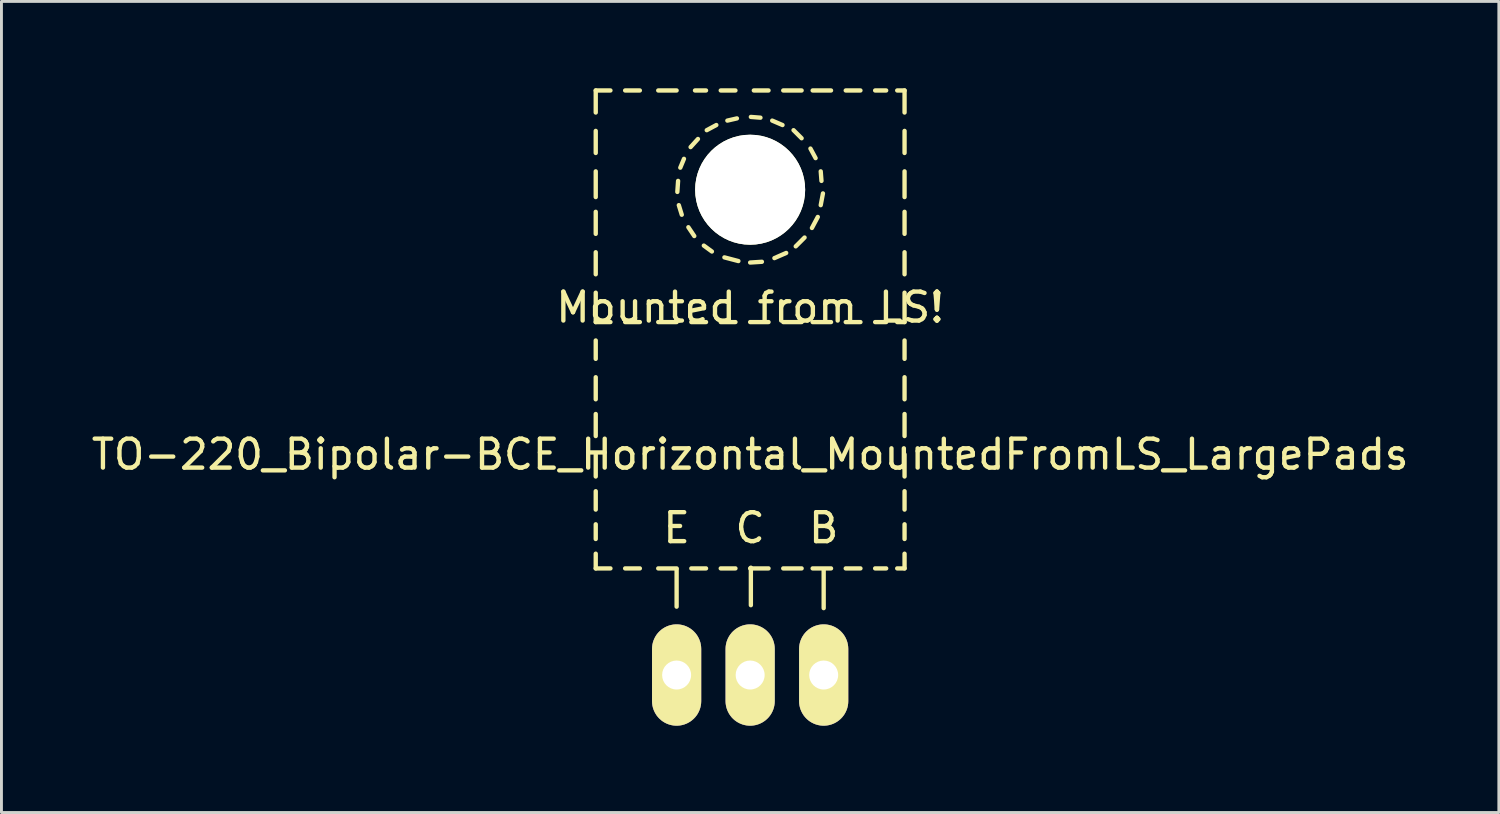
<source format=kicad_pcb>
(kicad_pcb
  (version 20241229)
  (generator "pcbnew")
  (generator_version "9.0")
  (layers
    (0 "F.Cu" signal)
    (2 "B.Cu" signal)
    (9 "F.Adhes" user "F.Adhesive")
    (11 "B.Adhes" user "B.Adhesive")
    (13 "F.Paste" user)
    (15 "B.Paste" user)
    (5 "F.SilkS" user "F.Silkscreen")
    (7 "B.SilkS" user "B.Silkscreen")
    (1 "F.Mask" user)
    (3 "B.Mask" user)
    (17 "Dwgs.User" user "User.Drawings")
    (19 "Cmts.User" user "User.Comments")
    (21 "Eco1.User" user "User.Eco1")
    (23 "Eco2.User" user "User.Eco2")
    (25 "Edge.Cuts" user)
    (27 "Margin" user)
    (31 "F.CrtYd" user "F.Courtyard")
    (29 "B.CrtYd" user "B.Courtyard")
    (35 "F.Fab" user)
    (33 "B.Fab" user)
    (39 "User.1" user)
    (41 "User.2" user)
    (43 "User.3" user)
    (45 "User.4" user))
  (footprint "TO-220_Bipolar-BCE_Horizontal_MountedFromLS_LargePads"
    (layer "F.Cu")
    (at 22.863 20.268)
    (property "Reference" "TO-220_Bipolar-BCE_Horizontal_MountedFromLS_LargePads" (at 0 -7.62 0) (layer "F.SilkS") (effects (font (size 1 1) (thickness 0.15))))
    (attr through_hole)
    (fp_line (start -5.334 -20.193) (end -5.334 -19.431) (stroke (width 0.15) (type solid)) (layer "F.SilkS"))
    (fp_line (start -5.334 -20.193) (end -4.826 -20.193) (stroke (width 0.15) (type solid)) (layer "F.SilkS"))
    (fp_line (start -5.334 -18.796) (end -5.334 -18.034) (stroke (width 0.15) (type solid)) (layer "F.SilkS"))
    (fp_line (start -5.334 -17.399) (end -5.334 -16.51) (stroke (width 0.15) (type solid)) (layer "F.SilkS"))
    (fp_line (start -5.334 -16.002) (end -5.334 -15.24) (stroke (width 0.15) (type solid)) (layer "F.SilkS"))
    (fp_line (start -5.334 -14.605) (end -5.334 -13.843) (stroke (width 0.15) (type solid)) (layer "F.SilkS"))
    (fp_line (start -5.334 -13.208) (end -5.334 -12.192) (stroke (width 0.15) (type solid)) (layer "F.SilkS"))
    (fp_line (start -5.334 -12.192) (end -4.826 -12.192) (stroke (width 0.15) (type solid)) (layer "F.SilkS"))
    (fp_line (start -5.334 -11.557) (end -5.334 -10.922) (stroke (width 0.15) (type solid)) (layer "F.SilkS"))
    (fp_line (start -5.334 -10.287) (end -5.334 -9.525) (stroke (width 0.15) (type solid)) (layer "F.SilkS"))
    (fp_line (start -5.334 -9.017) (end -5.334 -8.255) (stroke (width 0.15) (type solid)) (layer "F.SilkS"))
    (fp_line (start -5.334 -7.62) (end -5.334 -6.858) (stroke (width 0.15) (type solid)) (layer "F.SilkS"))
    (fp_line (start -5.334 -6.35) (end -5.334 -5.715) (stroke (width 0.15) (type solid)) (layer "F.SilkS"))
    (fp_line (start -5.334 -5.207) (end -5.334 -4.699) (stroke (width 0.15) (type solid)) (layer "F.SilkS"))
    (fp_line (start -5.334 -4.191) (end -5.334 -3.683) (stroke (width 0.15) (type solid)) (layer "F.SilkS"))
    (fp_line (start -5.334 -3.683) (end -4.826 -3.683) (stroke (width 0.15) (type solid)) (layer "F.SilkS"))
    (fp_line (start -4.318 -20.193) (end -3.81 -20.193) (stroke (width 0.15) (type solid)) (layer "F.SilkS"))
    (fp_line (start -4.318 -12.192) (end -3.81 -12.192) (stroke (width 0.15) (type solid)) (layer "F.SilkS"))
    (fp_line (start -4.318 -3.683) (end -3.81 -3.683) (stroke (width 0.15) (type solid)) (layer "F.SilkS"))
    (fp_line (start -3.175 -20.193) (end -2.54 -20.193) (stroke (width 0.15) (type solid)) (layer "F.SilkS"))
    (fp_line (start -3.175 -12.192) (end -2.54 -12.192) (stroke (width 0.15) (type solid)) (layer "F.SilkS"))
    (fp_line (start -3.175 -3.683) (end -2.54 -3.683) (stroke (width 0.15) (type solid)) (layer "F.SilkS"))
    (fp_line (start -2.54 -3.658) (end -2.54 -2.362) (stroke (width 0.15) (type solid)) (layer "F.SilkS"))
    (fp_line (start -2.515 -16.688) (end -2.489 -17.069) (stroke (width 0.15) (type solid)) (layer "F.SilkS"))
    (fp_line (start -2.413 -17.526) (end -2.286 -17.831) (stroke (width 0.15) (type solid)) (layer "F.SilkS"))
    (fp_line (start -2.362 -15.9) (end -2.464 -16.231) (stroke (width 0.15) (type solid)) (layer "F.SilkS"))
    (fp_line (start -2.057 -18.237) (end -1.803 -18.517) (stroke (width 0.15) (type solid)) (layer "F.SilkS"))
    (fp_line (start -2.032 -12.192) (end -1.524 -12.192) (stroke (width 0.15) (type solid)) (layer "F.SilkS"))
    (fp_line (start -2.032 -3.683) (end -1.524 -3.683) (stroke (width 0.15) (type solid)) (layer "F.SilkS"))
    (fp_line (start -1.93 -15.164) (end -2.134 -15.469) (stroke (width 0.15) (type solid)) (layer "F.SilkS"))
    (fp_line (start -1.905 -20.193) (end -1.524 -20.193) (stroke (width 0.15) (type solid)) (layer "F.SilkS"))
    (fp_line (start -1.499 -18.821) (end -1.168 -18.999) (stroke (width 0.15) (type solid)) (layer "F.SilkS"))
    (fp_line (start -1.321 -14.63) (end -1.6 -14.834) (stroke (width 0.15) (type solid)) (layer "F.SilkS"))
    (fp_line (start -1.016 -20.193) (end -0.508 -20.193) (stroke (width 0.15) (type solid)) (layer "F.SilkS"))
    (fp_line (start -1.016 -12.192) (end -0.508 -12.192) (stroke (width 0.15) (type solid)) (layer "F.SilkS"))
    (fp_line (start -1.016 -3.683) (end -0.508 -3.683) (stroke (width 0.15) (type solid)) (layer "F.SilkS"))
    (fp_line (start -0.787 -19.152) (end -0.457 -19.228) (stroke (width 0.15) (type solid)) (layer "F.SilkS"))
    (fp_line (start -0.406 -14.3) (end -0.889 -14.427) (stroke (width 0.15) (type solid)) (layer "F.SilkS"))
    (fp_line (start 0 -12.192) (end 0.635 -12.192) (stroke (width 0.15) (type solid)) (layer "F.SilkS"))
    (fp_line (start 0 -3.683) (end 0.635 -3.683) (stroke (width 0.15) (type solid)) (layer "F.SilkS"))
    (fp_line (start 0.025 -19.279) (end 0.356 -19.253) (stroke (width 0.15) (type solid)) (layer "F.SilkS"))
    (fp_line (start 0.025 -3.708) (end 0.025 -2.413) (stroke (width 0.15) (type solid)) (layer "F.SilkS"))
    (fp_line (start 0.127 -20.193) (end 0.635 -20.193) (stroke (width 0.15) (type solid)) (layer "F.SilkS"))
    (fp_line (start 0.406 -14.275) (end 0 -14.249) (stroke (width 0.15) (type solid)) (layer "F.SilkS"))
    (fp_line (start 0.762 -19.152) (end 1.118 -18.999) (stroke (width 0.15) (type solid)) (layer "F.SilkS"))
    (fp_line (start 1.143 -20.193) (end 1.778 -20.193) (stroke (width 0.15) (type solid)) (layer "F.SilkS"))
    (fp_line (start 1.143 -12.192) (end 1.778 -12.192) (stroke (width 0.15) (type solid)) (layer "F.SilkS"))
    (fp_line (start 1.143 -3.683) (end 1.778 -3.683) (stroke (width 0.15) (type solid)) (layer "F.SilkS"))
    (fp_line (start 1.245 -14.58) (end 0.838 -14.402) (stroke (width 0.15) (type solid)) (layer "F.SilkS"))
    (fp_line (start 1.499 -18.821) (end 1.778 -18.542) (stroke (width 0.15) (type solid)) (layer "F.SilkS"))
    (fp_line (start 1.88 -15.113) (end 1.575 -14.808) (stroke (width 0.15) (type solid)) (layer "F.SilkS"))
    (fp_line (start 2.083 -18.186) (end 2.261 -17.856) (stroke (width 0.15) (type solid)) (layer "F.SilkS"))
    (fp_line (start 2.159 -20.193) (end 2.794 -20.193) (stroke (width 0.15) (type solid)) (layer "F.SilkS"))
    (fp_line (start 2.159 -12.192) (end 2.794 -12.192) (stroke (width 0.15) (type solid)) (layer "F.SilkS"))
    (fp_line (start 2.159 -3.683) (end 2.794 -3.683) (stroke (width 0.15) (type solid)) (layer "F.SilkS"))
    (fp_line (start 2.337 -15.824) (end 2.134 -15.443) (stroke (width 0.15) (type solid)) (layer "F.SilkS"))
    (fp_line (start 2.438 -17.399) (end 2.464 -17.069) (stroke (width 0.15) (type solid)) (layer "F.SilkS"))
    (fp_line (start 2.515 -16.637) (end 2.438 -16.231) (stroke (width 0.15) (type solid)) (layer "F.SilkS"))
    (fp_line (start 2.54 -3.658) (end 2.54 -2.311) (stroke (width 0.15) (type solid)) (layer "F.SilkS"))
    (fp_line (start 3.302 -20.193) (end 3.81 -20.193) (stroke (width 0.15) (type solid)) (layer "F.SilkS"))
    (fp_line (start 3.302 -12.192) (end 3.81 -12.192) (stroke (width 0.15) (type solid)) (layer "F.SilkS"))
    (fp_line (start 3.302 -3.683) (end 3.81 -3.683) (stroke (width 0.15) (type solid)) (layer "F.SilkS"))
    (fp_line (start 4.318 -20.193) (end 4.699 -20.193) (stroke (width 0.15) (type solid)) (layer "F.SilkS"))
    (fp_line (start 4.318 -12.192) (end 4.699 -12.192) (stroke (width 0.15) (type solid)) (layer "F.SilkS"))
    (fp_line (start 4.318 -3.683) (end 4.699 -3.683) (stroke (width 0.15) (type solid)) (layer "F.SilkS"))
    (fp_line (start 5.08 -20.193) (end 5.334 -20.193) (stroke (width 0.15) (type solid)) (layer "F.SilkS"))
    (fp_line (start 5.08 -12.192) (end 5.334 -12.192) (stroke (width 0.15) (type solid)) (layer "F.SilkS"))
    (fp_line (start 5.08 -3.683) (end 5.334 -3.683) (stroke (width 0.15) (type solid)) (layer "F.SilkS"))
    (fp_line (start 5.334 -20.193) (end 5.334 -19.431) (stroke (width 0.15) (type solid)) (layer "F.SilkS"))
    (fp_line (start 5.334 -18.796) (end 5.334 -18.034) (stroke (width 0.15) (type solid)) (layer "F.SilkS"))
    (fp_line (start 5.334 -17.399) (end 5.334 -16.51) (stroke (width 0.15) (type solid)) (layer "F.SilkS"))
    (fp_line (start 5.334 -16.002) (end 5.334 -15.24) (stroke (width 0.15) (type solid)) (layer "F.SilkS"))
    (fp_line (start 5.334 -14.605) (end 5.334 -13.843) (stroke (width 0.15) (type solid)) (layer "F.SilkS"))
    (fp_line (start 5.334 -13.208) (end 5.334 -12.192) (stroke (width 0.15) (type solid)) (layer "F.SilkS"))
    (fp_line (start 5.334 -11.557) (end 5.334 -10.922) (stroke (width 0.15) (type solid)) (layer "F.SilkS"))
    (fp_line (start 5.334 -10.287) (end 5.334 -9.525) (stroke (width 0.15) (type solid)) (layer "F.SilkS"))
    (fp_line (start 5.334 -9.017) (end 5.334 -8.255) (stroke (width 0.15) (type solid)) (layer "F.SilkS"))
    (fp_line (start 5.334 -7.62) (end 5.334 -6.858) (stroke (width 0.15) (type solid)) (layer "F.SilkS"))
    (fp_line (start 5.334 -6.35) (end 5.334 -5.715) (stroke (width 0.15) (type solid)) (layer "F.SilkS"))
    (fp_line (start 5.334 -5.207) (end 5.334 -4.699) (stroke (width 0.15) (type solid)) (layer "F.SilkS"))
    (fp_line (start 5.334 -4.191) (end 5.334 -3.683) (stroke (width 0.15) (type solid)) (layer "F.SilkS"))
    (fp_text user "Mounted from LS!" (at 0 -12.7 0) (layer "F.SilkS") (effects (font (size 1 1) (thickness 0.15))))
    (fp_text user "C" (at 0 -5.08 0) (layer "F.SilkS") (effects (font (size 1 1) (thickness 0.15))))
    (fp_text user "E" (at -2.54 -5.08 0) (layer "F.SilkS") (effects (font (size 1 1) (thickness 0.15))))
    (fp_text user "B" (at 2.54 -5.08 0) (layer "F.SilkS") (effects (font (size 1 1) (thickness 0.15))))
    (pad "" np_thru_hole circle (at 0 -16.764 90) (size 3.8 3.8) (drill 3.8) (layers "*.Cu" "*.Mask" "F.SilkS"))
    (pad "B" thru_hole oval (at 2.54 0 90) (size 3.5 1.699) (drill 1.001) (layers "*.Cu" "*.Mask" "F.SilkS"))
    (pad "C" thru_hole oval (at 0 0 90) (size 3.5 1.699) (drill 1.001) (layers "*.Cu" "*.Mask" "F.SilkS"))
    (pad "E" thru_hole oval (at -2.54 0 90) (size 3.5 1.699) (drill 1.001) (layers "*.Cu" "*.Mask" "F.SilkS")))
  (gr_rect
    (start -3 -3)
    (end 48.726 25.018)
    (stroke (width 0.1) (type default))
    (fill no)
    (layer "Edge.Cuts")))
</source>
